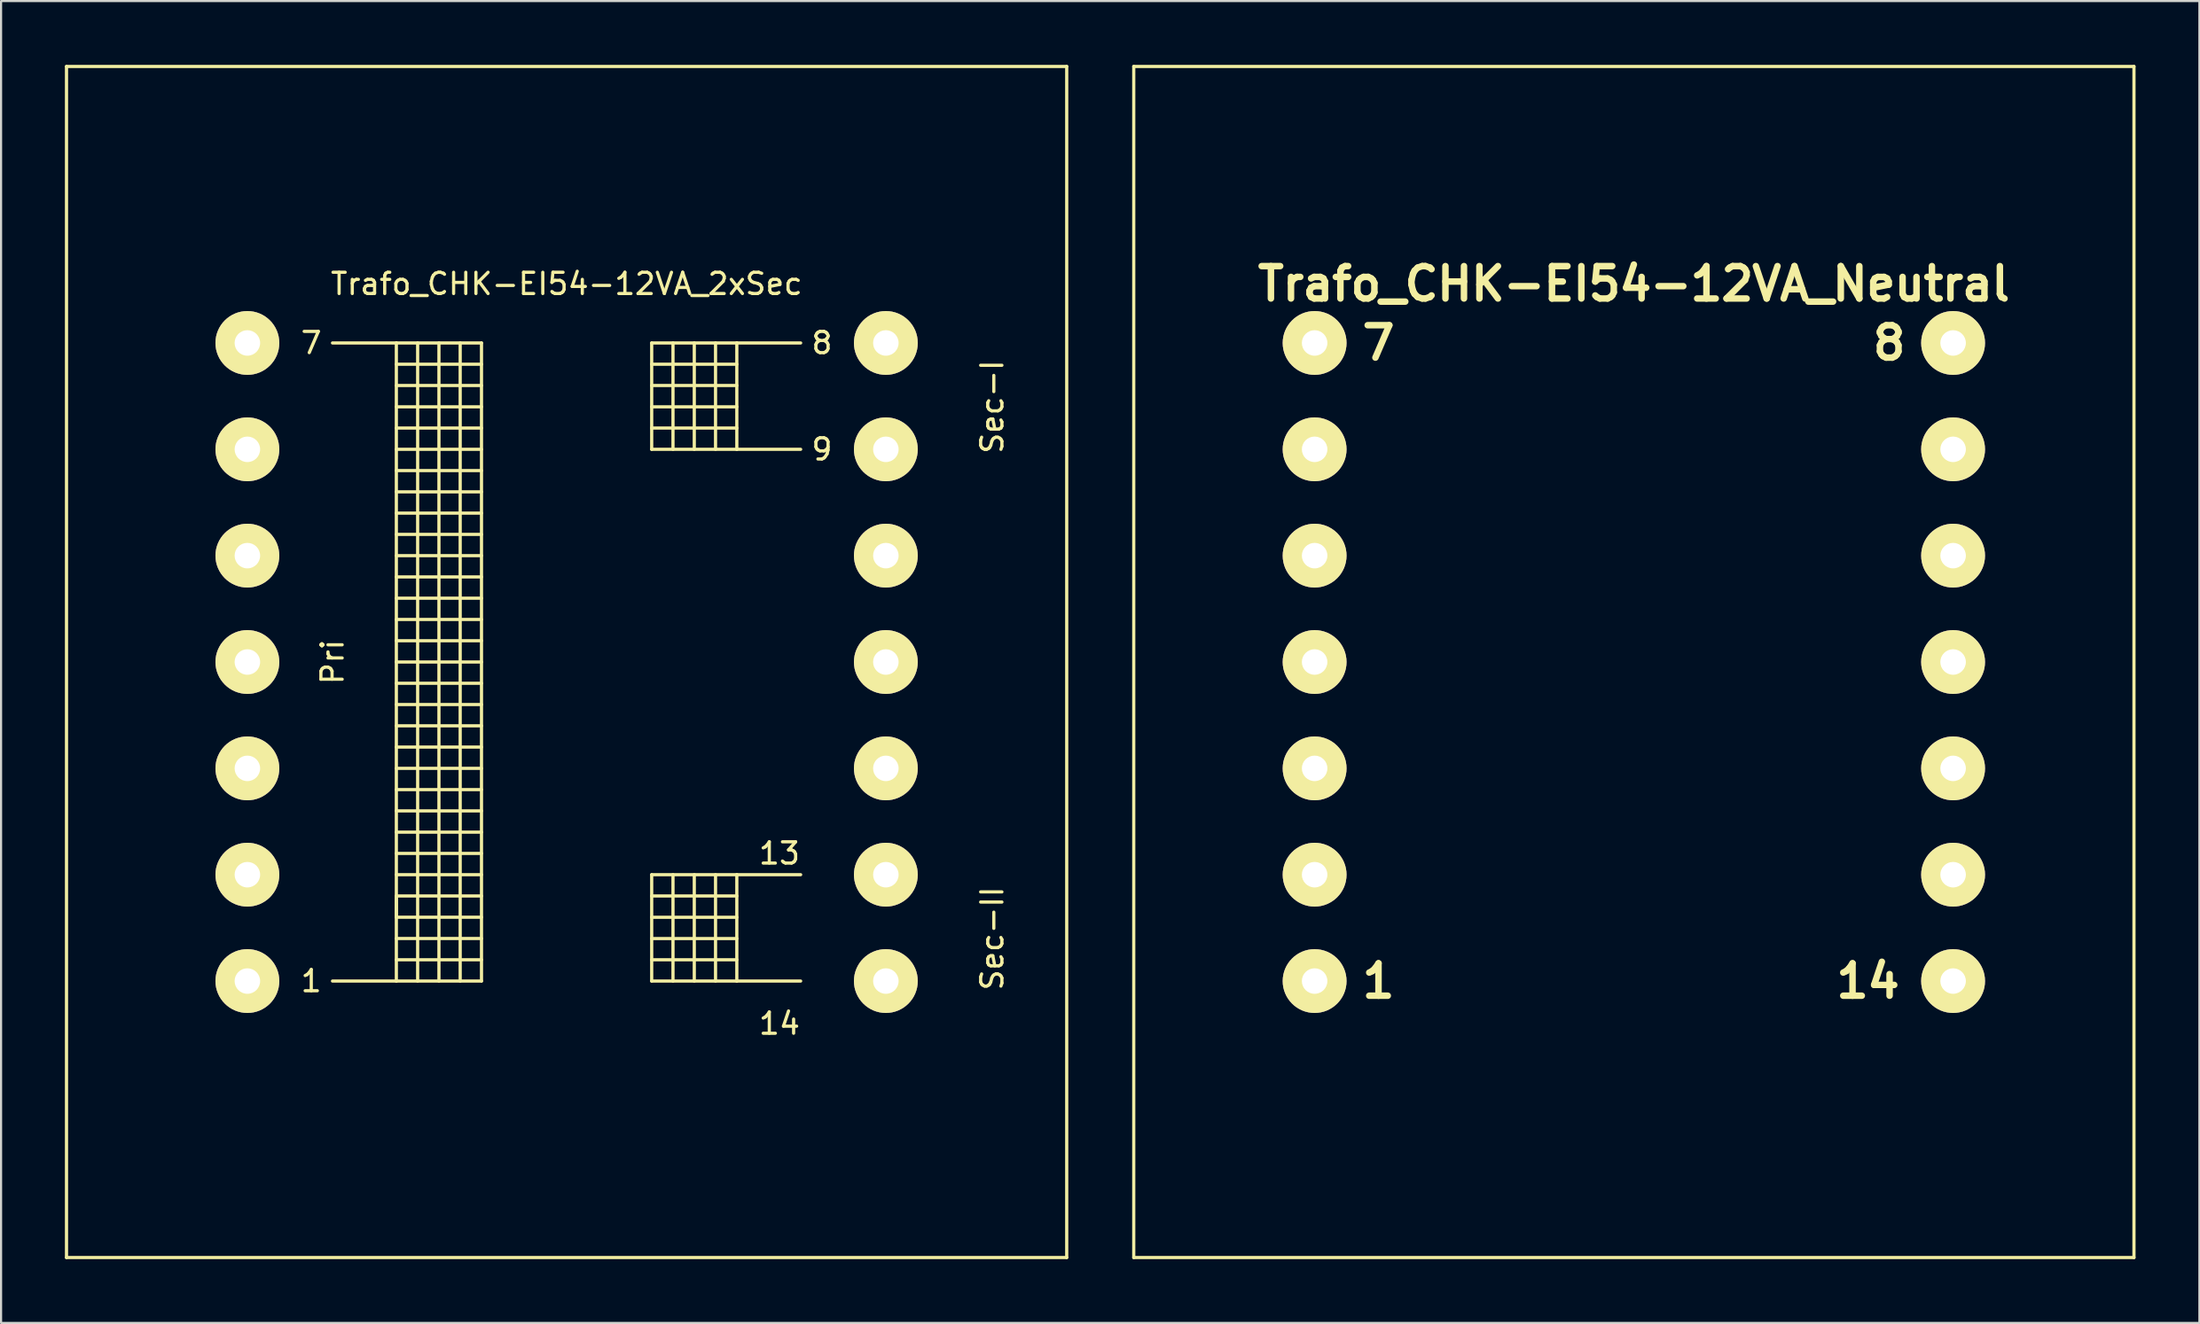
<source format=kicad_pcb>
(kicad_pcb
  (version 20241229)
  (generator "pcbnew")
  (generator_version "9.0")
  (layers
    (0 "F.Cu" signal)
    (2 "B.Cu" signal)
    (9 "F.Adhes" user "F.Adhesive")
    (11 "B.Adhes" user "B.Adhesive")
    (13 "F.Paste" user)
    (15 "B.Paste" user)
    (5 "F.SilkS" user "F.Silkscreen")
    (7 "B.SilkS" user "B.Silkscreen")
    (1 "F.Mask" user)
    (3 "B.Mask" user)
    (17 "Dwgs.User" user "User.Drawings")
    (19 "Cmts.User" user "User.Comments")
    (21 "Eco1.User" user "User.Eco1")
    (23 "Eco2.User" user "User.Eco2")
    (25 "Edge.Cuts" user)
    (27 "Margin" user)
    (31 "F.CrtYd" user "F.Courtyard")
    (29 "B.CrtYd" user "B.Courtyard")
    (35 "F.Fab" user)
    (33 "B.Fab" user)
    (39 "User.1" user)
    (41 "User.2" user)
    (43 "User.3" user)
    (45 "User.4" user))
  (footprint "Trafo_CHK-EI54-12VA_2xSec"
    (layer "F.Cu")
    (at 23.575 28.076)
    (property "Reference" "Trafo_CHK-EI54-12VA_2xSec" (at 0 -17.78 0) (layer "F.SilkS") (effects (font (size 1 1) (thickness 0.15))))
    (attr through_hole)
    (fp_line (start -23.5 -28.001) (end -23.5 28.001) (stroke (width 0.15) (type solid)) (layer "F.SilkS"))
    (fp_line (start -23.5 28.001) (end 23.5 28.001) (stroke (width 0.15) (type solid)) (layer "F.SilkS"))
    (fp_line (start -11.001 -15.001) (end -8.001 -15.001) (stroke (width 0.15) (type solid)) (layer "F.SilkS"))
    (fp_line (start -8.001 -15.001) (end -8.001 15.001) (stroke (width 0.15) (type solid)) (layer "F.SilkS"))
    (fp_line (start -8.001 -15.001) (end -4 -15.001) (stroke (width 0.15) (type solid)) (layer "F.SilkS"))
    (fp_line (start -8.001 -14) (end -4 -14) (stroke (width 0.15) (type solid)) (layer "F.SilkS"))
    (fp_line (start -8.001 -11.999) (end -4 -11.999) (stroke (width 0.15) (type solid)) (layer "F.SilkS"))
    (fp_line (start -8.001 -10) (end -4 -10) (stroke (width 0.15) (type solid)) (layer "F.SilkS"))
    (fp_line (start -8.001 -8.001) (end -4 -8.001) (stroke (width 0.15) (type solid)) (layer "F.SilkS"))
    (fp_line (start -8.001 -5.999) (end -4 -5.999) (stroke (width 0.15) (type solid)) (layer "F.SilkS"))
    (fp_line (start -8.001 -4) (end -4 -4) (stroke (width 0.15) (type solid)) (layer "F.SilkS"))
    (fp_line (start -8.001 -1.999) (end -4 -1.999) (stroke (width 0.15) (type solid)) (layer "F.SilkS"))
    (fp_line (start -8.001 0) (end -4 0) (stroke (width 0.15) (type solid)) (layer "F.SilkS"))
    (fp_line (start -8.001 1.999) (end -4 1.999) (stroke (width 0.15) (type solid)) (layer "F.SilkS"))
    (fp_line (start -8.001 4) (end -4 4) (stroke (width 0.15) (type solid)) (layer "F.SilkS"))
    (fp_line (start -8.001 5.999) (end -4 5.999) (stroke (width 0.15) (type solid)) (layer "F.SilkS"))
    (fp_line (start -8.001 8.001) (end -4 8.001) (stroke (width 0.15) (type solid)) (layer "F.SilkS"))
    (fp_line (start -8.001 10) (end -4 10) (stroke (width 0.15) (type solid)) (layer "F.SilkS"))
    (fp_line (start -8.001 11.001) (end -8.001 11.999) (stroke (width 0.15) (type solid)) (layer "F.SilkS"))
    (fp_line (start -8.001 11.999) (end -4 11.999) (stroke (width 0.15) (type solid)) (layer "F.SilkS"))
    (fp_line (start -8.001 14) (end -4 14) (stroke (width 0.15) (type solid)) (layer "F.SilkS"))
    (fp_line (start -8.001 15.001) (end -11.001 15.001) (stroke (width 0.15) (type solid)) (layer "F.SilkS"))
    (fp_line (start -7 -15.001) (end -7 15.001) (stroke (width 0.15) (type solid)) (layer "F.SilkS"))
    (fp_line (start -5.999 -15.001) (end -5.999 15.001) (stroke (width 0.15) (type solid)) (layer "F.SilkS"))
    (fp_line (start -5.001 3) (end -8.001 3) (stroke (width 0.15) (type solid)) (layer "F.SilkS"))
    (fp_line (start -5.001 3) (end -4 3) (stroke (width 0.15) (type solid)) (layer "F.SilkS"))
    (fp_line (start -5.001 15.001) (end -5.001 -15.001) (stroke (width 0.15) (type solid)) (layer "F.SilkS"))
    (fp_line (start -4 -15.001) (end -4 15.001) (stroke (width 0.15) (type solid)) (layer "F.SilkS"))
    (fp_line (start -4 -13) (end -8.001 -13) (stroke (width 0.15) (type solid)) (layer "F.SilkS"))
    (fp_line (start -4 -11.001) (end -8.001 -11.001) (stroke (width 0.15) (type solid)) (layer "F.SilkS"))
    (fp_line (start -4 -8.999) (end -8.001 -8.999) (stroke (width 0.15) (type solid)) (layer "F.SilkS"))
    (fp_line (start -4 -7) (end -8.001 -7) (stroke (width 0.15) (type solid)) (layer "F.SilkS"))
    (fp_line (start -4 -5.001) (end -8.001 -5.001) (stroke (width 0.15) (type solid)) (layer "F.SilkS"))
    (fp_line (start -4 -3) (end -8.001 -3) (stroke (width 0.15) (type solid)) (layer "F.SilkS"))
    (fp_line (start -4 -1.001) (end -8.001 -1.001) (stroke (width 0.15) (type solid)) (layer "F.SilkS"))
    (fp_line (start -4 1.001) (end -8.001 1.001) (stroke (width 0.15) (type solid)) (layer "F.SilkS"))
    (fp_line (start -4 5.001) (end -8.001 5.001) (stroke (width 0.15) (type solid)) (layer "F.SilkS"))
    (fp_line (start -4 7) (end -8.001 7) (stroke (width 0.15) (type solid)) (layer "F.SilkS"))
    (fp_line (start -4 8.999) (end -8.001 8.999) (stroke (width 0.15) (type solid)) (layer "F.SilkS"))
    (fp_line (start -4 11.001) (end -8.001 11.001) (stroke (width 0.15) (type solid)) (layer "F.SilkS"))
    (fp_line (start -4 13) (end -8.001 13) (stroke (width 0.15) (type solid)) (layer "F.SilkS"))
    (fp_line (start -4 15.001) (end -8.001 15.001) (stroke (width 0.15) (type solid)) (layer "F.SilkS"))
    (fp_line (start 3.998 -15.001) (end 3.998 -10) (stroke (width 0.15) (type solid)) (layer "F.SilkS"))
    (fp_line (start 3.998 -14) (end 7.998 -14) (stroke (width 0.15) (type solid)) (layer "F.SilkS"))
    (fp_line (start 3.998 -11.999) (end 7.998 -11.999) (stroke (width 0.15) (type solid)) (layer "F.SilkS"))
    (fp_line (start 3.998 -10) (end 7.998 -10) (stroke (width 0.15) (type solid)) (layer "F.SilkS"))
    (fp_line (start 3.998 10) (end 3.998 15.001) (stroke (width 0.15) (type solid)) (layer "F.SilkS"))
    (fp_line (start 3.998 11.001) (end 7.998 11.001) (stroke (width 0.15) (type solid)) (layer "F.SilkS"))
    (fp_line (start 3.998 13.002) (end 7.998 13.002) (stroke (width 0.15) (type solid)) (layer "F.SilkS"))
    (fp_line (start 3.998 15.001) (end 7.998 15.001) (stroke (width 0.15) (type solid)) (layer "F.SilkS"))
    (fp_line (start 4.999 -15.001) (end 4.999 -10) (stroke (width 0.15) (type solid)) (layer "F.SilkS"))
    (fp_line (start 4.999 10) (end 4.999 15.001) (stroke (width 0.15) (type solid)) (layer "F.SilkS"))
    (fp_line (start 5.999 -15.001) (end 5.999 -10) (stroke (width 0.15) (type solid)) (layer "F.SilkS"))
    (fp_line (start 5.999 10) (end 5.999 15.001) (stroke (width 0.15) (type solid)) (layer "F.SilkS"))
    (fp_line (start 6.998 -15.001) (end 6.998 -10) (stroke (width 0.15) (type solid)) (layer "F.SilkS"))
    (fp_line (start 6.998 10) (end 6.998 15.001) (stroke (width 0.15) (type solid)) (layer "F.SilkS"))
    (fp_line (start 7.998 -15.001) (end 3.998 -15.001) (stroke (width 0.15) (type solid)) (layer "F.SilkS"))
    (fp_line (start 7.998 -15.001) (end 7.998 -10) (stroke (width 0.15) (type solid)) (layer "F.SilkS"))
    (fp_line (start 7.998 -13) (end 3.998 -13) (stroke (width 0.15) (type solid)) (layer "F.SilkS"))
    (fp_line (start 7.998 -11.001) (end 3.998 -11.001) (stroke (width 0.15) (type solid)) (layer "F.SilkS"))
    (fp_line (start 7.998 -10) (end 10.998 -10) (stroke (width 0.15) (type solid)) (layer "F.SilkS"))
    (fp_line (start 7.998 10) (end 3.998 10) (stroke (width 0.15) (type solid)) (layer "F.SilkS"))
    (fp_line (start 7.998 10) (end 7.998 15.001) (stroke (width 0.15) (type solid)) (layer "F.SilkS"))
    (fp_line (start 7.998 12.002) (end 3.998 12.002) (stroke (width 0.15) (type solid)) (layer "F.SilkS"))
    (fp_line (start 7.998 14) (end 3.998 14) (stroke (width 0.15) (type solid)) (layer "F.SilkS"))
    (fp_line (start 7.998 15.001) (end 10.998 15.001) (stroke (width 0.15) (type solid)) (layer "F.SilkS"))
    (fp_line (start 10.998 -15.001) (end 7.998 -15.001) (stroke (width 0.15) (type solid)) (layer "F.SilkS"))
    (fp_line (start 10.998 10) (end 7.998 10) (stroke (width 0.15) (type solid)) (layer "F.SilkS"))
    (fp_line (start 23.5 -28.001) (end -23.5 -28.001) (stroke (width 0.15) (type solid)) (layer "F.SilkS"))
    (fp_line (start 23.5 28.001) (end 23.5 -28.001) (stroke (width 0.15) (type solid)) (layer "F.SilkS"))
    (fp_text user "1" (at -11.999 15.001 0) (layer "F.SilkS") (effects (font (size 1 1) (thickness 0.15))))
    (fp_text user "9" (at 11.999 -10 0) (layer "F.SilkS") (effects (font (size 1 1) (thickness 0.15))))
    (fp_text user "8" (at 11.999 -15.001 0) (layer "F.SilkS") (effects (font (size 1 1) (thickness 0.15))))
    (fp_text user "13" (at 10 8.999 0) (layer "F.SilkS") (effects (font (size 1 1) (thickness 0.15))))
    (fp_text user "Sec-I" (at 20 -11.999 90) (layer "F.SilkS") (effects (font (size 1 1) (thickness 0.15))))
    (fp_text user "Sec-II" (at 20 13 90) (layer "F.SilkS") (effects (font (size 1 1) (thickness 0.15))))
    (fp_text user "7" (at -11.999 -15.001 0) (layer "F.SilkS") (effects (font (size 1 1) (thickness 0.15))))
    (fp_text user "Pri" (at -11.001 0 90) (layer "F.SilkS") (effects (font (size 1 1) (thickness 0.15))))
    (fp_text user "14" (at 10 17 0) (layer "F.SilkS") (effects (font (size 1 1) (thickness 0.15))))
    (pad "1" thru_hole circle (at -15.001 15.001) (size 3 3) (drill 1.199) (layers "*.Cu" "*.Mask" "F.SilkS"))
    (pad "2" thru_hole circle (at -15.001 10) (size 3 3) (drill 1.199) (layers "*.Cu" "*.Mask" "F.SilkS"))
    (pad "3" thru_hole circle (at -15.001 5.001) (size 3 3) (drill 1.199) (layers "*.Cu" "*.Mask" "F.SilkS"))
    (pad "4" thru_hole circle (at -15.001 0) (size 3 3) (drill 1.199) (layers "*.Cu" "*.Mask" "F.SilkS"))
    (pad "5" thru_hole circle (at -15.001 -5.001) (size 3 3) (drill 1.199) (layers "*.Cu" "*.Mask" "F.SilkS"))
    (pad "6" thru_hole circle (at -15.001 -10) (size 3 3) (drill 1.199) (layers "*.Cu" "*.Mask" "F.SilkS"))
    (pad "7" thru_hole circle (at -15.001 -15.001) (size 3 3) (drill 1.199) (layers "*.Cu" "*.Mask" "F.SilkS"))
    (pad "8" thru_hole circle (at 15.001 -15.001) (size 3 3) (drill 1.199) (layers "*.Cu" "*.Mask" "F.SilkS"))
    (pad "9" thru_hole circle (at 15.001 -10) (size 3 3) (drill 1.199) (layers "*.Cu" "*.Mask" "F.SilkS"))
    (pad "10" thru_hole circle (at 15.001 -5.001) (size 3 3) (drill 1.199) (layers "*.Cu" "*.Mask" "F.SilkS"))
    (pad "11" thru_hole circle (at 15.001 0) (size 3 3) (drill 1.199) (layers "*.Cu" "*.Mask" "F.SilkS"))
    (pad "12" thru_hole circle (at 15.001 5.001) (size 3 3) (drill 1.199) (layers "*.Cu" "*.Mask" "F.SilkS"))
    (pad "13" thru_hole circle (at 15.001 10) (size 3 3) (drill 1.199) (layers "*.Cu" "*.Mask" "F.SilkS"))
    (pad "14" thru_hole circle (at 15.001 15.001) (size 3 3) (drill 1.199) (layers "*.Cu" "*.Mask" "F.SilkS")))
  (footprint "Trafo_CHK-EI54-12VA_Neutral"
    (layer "F.Cu")
    (at 73.725 28.076)
    (property "Reference" "Trafo_CHK-EI54-12VA_Neutral" (at 0 -17.78 0) (layer "F.SilkS") (effects (font (size 1.524 1.524) (thickness 0.305))))
    (attr through_hole)
    (fp_line (start -23.5 -28.001) (end -23.5 28.001) (stroke (width 0.15) (type solid)) (layer "F.SilkS"))
    (fp_line (start -23.5 28.001) (end 23.5 28.001) (stroke (width 0.15) (type solid)) (layer "F.SilkS"))
    (fp_line (start 23.5 -28.001) (end -23.5 -28.001) (stroke (width 0.15) (type solid)) (layer "F.SilkS"))
    (fp_line (start 23.5 28.001) (end 23.5 -28.001) (stroke (width 0.15) (type solid)) (layer "F.SilkS"))
    (fp_text user "8" (at 11.999 -15.001 0) (layer "F.SilkS") (effects (font (size 1.524 1.524) (thickness 0.305))))
    (fp_text user "1" (at -11.999 15.001 0) (layer "F.SilkS") (effects (font (size 1.524 1.524) (thickness 0.305))))
    (fp_text user "7" (at -11.999 -15.001 0) (layer "F.SilkS") (effects (font (size 1.524 1.524) (thickness 0.305))))
    (fp_text user "14" (at 11.001 15.001 0) (layer "F.SilkS") (effects (font (size 1.524 1.524) (thickness 0.305))))
    (pad "1" thru_hole circle (at -15.001 15.001) (size 3 3) (drill 1.199) (layers "*.Cu" "*.Mask" "F.SilkS"))
    (pad "2" thru_hole circle (at -15.001 10) (size 3 3) (drill 1.199) (layers "*.Cu" "*.Mask" "F.SilkS"))
    (pad "3" thru_hole circle (at -15.001 5.001) (size 3 3) (drill 1.199) (layers "*.Cu" "*.Mask" "F.SilkS"))
    (pad "4" thru_hole circle (at -15.001 0) (size 3 3) (drill 1.199) (layers "*.Cu" "*.Mask" "F.SilkS"))
    (pad "5" thru_hole circle (at -15.001 -5.001) (size 3 3) (drill 1.199) (layers "*.Cu" "*.Mask" "F.SilkS"))
    (pad "6" thru_hole circle (at -15.001 -10) (size 3 3) (drill 1.199) (layers "*.Cu" "*.Mask" "F.SilkS"))
    (pad "7" thru_hole circle (at -15.001 -15.001) (size 3 3) (drill 1.199) (layers "*.Cu" "*.Mask" "F.SilkS"))
    (pad "8" thru_hole circle (at 15.001 -15.001) (size 3 3) (drill 1.199) (layers "*.Cu" "*.Mask" "F.SilkS"))
    (pad "9" thru_hole circle (at 15.001 -10) (size 3 3) (drill 1.199) (layers "*.Cu" "*.Mask" "F.SilkS"))
    (pad "10" thru_hole circle (at 15.001 -5.001) (size 3 3) (drill 1.199) (layers "*.Cu" "*.Mask" "F.SilkS"))
    (pad "11" thru_hole circle (at 15.001 0) (size 3 3) (drill 1.199) (layers "*.Cu" "*.Mask" "F.SilkS"))
    (pad "12" thru_hole circle (at 15.001 5.001) (size 3 3) (drill 1.199) (layers "*.Cu" "*.Mask" "F.SilkS"))
    (pad "13" thru_hole circle (at 15.001 10) (size 3 3) (drill 1.199) (layers "*.Cu" "*.Mask" "F.SilkS"))
    (pad "14" thru_hole circle (at 15.001 15.001) (size 3 3) (drill 1.199) (layers "*.Cu" "*.Mask" "F.SilkS")))
  (gr_rect
    (start -3 -3)
    (end 100.3 59.152)
    (stroke (width 0.1) (type default))
    (fill no)
    (layer "Edge.Cuts")))
</source>
